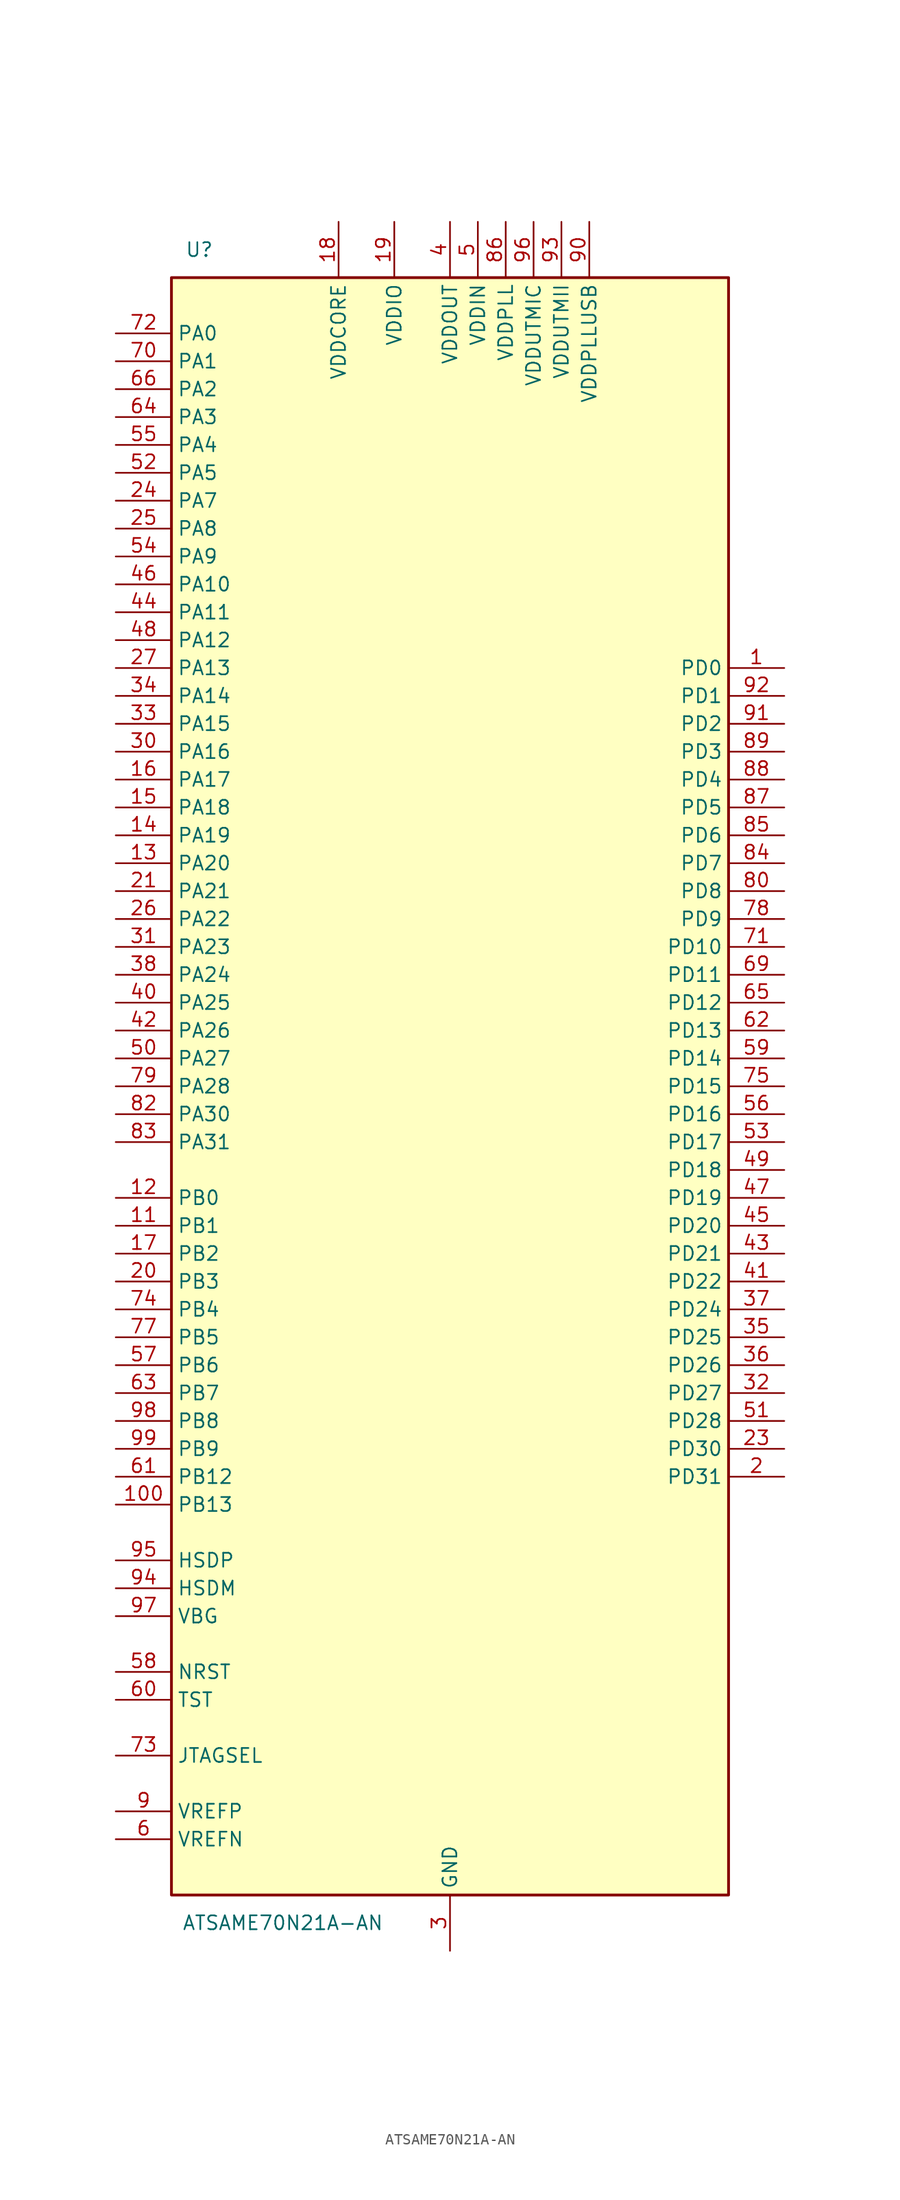
<source format=kicad_sym>
(kicad_symbol_lib
  (version 20220914)
  (generator kicad_symbol_editor)
  (symbol "ATSAME70N21A-AN"
    (property "Reference" "U"
      (at -22.86 76.2 0)
      (effects (font (size 1.27 1.27))))
    (property "Value" "ATSAME70N21A-AN"
      (at -15.24 -76.2 0)
      (effects (font (size 1.27 1.27))))
    (symbol "ATSAME70N21A-AN_0_1"
      (rectangle (start 25.4 73.66) (end -25.4 -73.66) (stroke (width 0.254) (type default)) (fill (type background))))
    (symbol "ATSAME70N21A-AN_1_1"
      (pin bidirectional line (at 30.48 38.1 180) (length 5.08) (name "PD0" (effects (font (size 1.27 1.27)))) (number "1" (effects (font (size 1.27 1.27)))))
      (pin passive line (at 0 -78.74 90) (length 5.08) hide (name "GND" (effects (font (size 1.27 1.27)))) (number "10" (effects (font (size 1.27 1.27)))))
      (pin bidirectional line (at -30.48 -38.1 0) (length 5.08) (name "PB13" (effects (font (size 1.27 1.27)))) (number "100" (effects (font (size 1.27 1.27)))))
      (pin bidirectional line (at -30.48 -12.7 0) (length 5.08) (name "PB1" (effects (font (size 1.27 1.27)))) (number "11" (effects (font (size 1.27 1.27)))))
      (pin bidirectional line (at -30.48 -10.16 0) (length 5.08) (name "PB0" (effects (font (size 1.27 1.27)))) (number "12" (effects (font (size 1.27 1.27)))))
      (pin bidirectional line (at -30.48 20.32 0) (length 5.08) (name "PA20" (effects (font (size 1.27 1.27)))) (number "13" (effects (font (size 1.27 1.27)))))
      (pin bidirectional line (at -30.48 22.86 0) (length 5.08) (name "PA19" (effects (font (size 1.27 1.27)))) (number "14" (effects (font (size 1.27 1.27)))))
      (pin bidirectional line (at -30.48 25.4 0) (length 5.08) (name "PA18" (effects (font (size 1.27 1.27)))) (number "15" (effects (font (size 1.27 1.27)))))
      (pin bidirectional line (at -30.48 27.94 0) (length 5.08) (name "PA17" (effects (font (size 1.27 1.27)))) (number "16" (effects (font (size 1.27 1.27)))))
      (pin bidirectional line (at -30.48 -15.24 0) (length 5.08) (name "PB2" (effects (font (size 1.27 1.27)))) (number "17" (effects (font (size 1.27 1.27)))))
      (pin power_in line (at -10.16 78.74 270) (length 5.08) (name "VDDCORE" (effects (font (size 1.27 1.27)))) (number "18" (effects (font (size 1.27 1.27)))))
      (pin power_in line (at -5.08 78.74 270) (length 5.08) (name "VDDIO" (effects (font (size 1.27 1.27)))) (number "19" (effects (font (size 1.27 1.27)))))
      (pin bidirectional line (at 30.48 -35.56 180) (length 5.08) (name "PD31" (effects (font (size 1.27 1.27)))) (number "2" (effects (font (size 1.27 1.27)))))
      (pin bidirectional line (at -30.48 -17.78 0) (length 5.08) (name "PB3" (effects (font (size 1.27 1.27)))) (number "20" (effects (font (size 1.27 1.27)))))
      (pin bidirectional line (at -30.48 17.78 0) (length 5.08) (name "PA21" (effects (font (size 1.27 1.27)))) (number "21" (effects (font (size 1.27 1.27)))))
      (pin passive line (at -10.16 78.74 270) (length 5.08) hide (name "VDDCORE" (effects (font (size 1.27 1.27)))) (number "22" (effects (font (size 1.27 1.27)))))
      (pin bidirectional line (at 30.48 -33.02 180) (length 5.08) (name "PD30" (effects (font (size 1.27 1.27)))) (number "23" (effects (font (size 1.27 1.27)))))
      (pin bidirectional line (at -30.48 53.34 0) (length 5.08) (name "PA7" (effects (font (size 1.27 1.27)))) (number "24" (effects (font (size 1.27 1.27)))))
      (pin bidirectional line (at -30.48 50.8 0) (length 5.08) (name "PA8" (effects (font (size 1.27 1.27)))) (number "25" (effects (font (size 1.27 1.27)))))
      (pin bidirectional line (at -30.48 15.24 0) (length 5.08) (name "PA22" (effects (font (size 1.27 1.27)))) (number "26" (effects (font (size 1.27 1.27)))))
      (pin bidirectional line (at -30.48 38.1 0) (length 5.08) (name "PA13" (effects (font (size 1.27 1.27)))) (number "27" (effects (font (size 1.27 1.27)))))
      (pin passive line (at -5.08 78.74 270) (length 5.08) hide (name "VDDIO" (effects (font (size 1.27 1.27)))) (number "28" (effects (font (size 1.27 1.27)))))
      (pin passive line (at 0 -78.74 90) (length 5.08) hide (name "GND" (effects (font (size 1.27 1.27)))) (number "29" (effects (font (size 1.27 1.27)))))
      (pin power_in line (at 0 -78.74 90) (length 5.08) (name "GND" (effects (font (size 1.27 1.27)))) (number "3" (effects (font (size 1.27 1.27)))))
      (pin bidirectional line (at -30.48 30.48 0) (length 5.08) (name "PA16" (effects (font (size 1.27 1.27)))) (number "30" (effects (font (size 1.27 1.27)))))
      (pin bidirectional line (at -30.48 12.7 0) (length 5.08) (name "PA23" (effects (font (size 1.27 1.27)))) (number "31" (effects (font (size 1.27 1.27)))))
      (pin bidirectional line (at 30.48 -27.94 180) (length 5.08) (name "PD27" (effects (font (size 1.27 1.27)))) (number "32" (effects (font (size 1.27 1.27)))))
      (pin bidirectional line (at -30.48 33.02 0) (length 5.08) (name "PA15" (effects (font (size 1.27 1.27)))) (number "33" (effects (font (size 1.27 1.27)))))
      (pin bidirectional line (at -30.48 35.56 0) (length 5.08) (name "PA14" (effects (font (size 1.27 1.27)))) (number "34" (effects (font (size 1.27 1.27)))))
      (pin bidirectional line (at 30.48 -22.86 180) (length 5.08) (name "PD25" (effects (font (size 1.27 1.27)))) (number "35" (effects (font (size 1.27 1.27)))))
      (pin bidirectional line (at 30.48 -25.4 180) (length 5.08) (name "PD26" (effects (font (size 1.27 1.27)))) (number "36" (effects (font (size 1.27 1.27)))))
      (pin bidirectional line (at 30.48 -20.32 180) (length 5.08) (name "PD24" (effects (font (size 1.27 1.27)))) (number "37" (effects (font (size 1.27 1.27)))))
      (pin bidirectional line (at -30.48 10.16 0) (length 5.08) (name "PA24" (effects (font (size 1.27 1.27)))) (number "38" (effects (font (size 1.27 1.27)))))
      (pin passive line (at -10.16 78.74 270) (length 5.08) hide (name "VDDCORE" (effects (font (size 1.27 1.27)))) (number "39" (effects (font (size 1.27 1.27)))))
      (pin power_in line (at 0 78.74 270) (length 5.08) (name "VDDOUT" (effects (font (size 1.27 1.27)))) (number "4" (effects (font (size 1.27 1.27)))))
      (pin bidirectional line (at -30.48 7.62 0) (length 5.08) (name "PA25" (effects (font (size 1.27 1.27)))) (number "40" (effects (font (size 1.27 1.27)))))
      (pin bidirectional line (at 30.48 -17.78 180) (length 5.08) (name "PD22" (effects (font (size 1.27 1.27)))) (number "41" (effects (font (size 1.27 1.27)))))
      (pin bidirectional line (at -30.48 5.08 0) (length 5.08) (name "PA26" (effects (font (size 1.27 1.27)))) (number "42" (effects (font (size 1.27 1.27)))))
      (pin bidirectional line (at 30.48 -15.24 180) (length 5.08) (name "PD21" (effects (font (size 1.27 1.27)))) (number "43" (effects (font (size 1.27 1.27)))))
      (pin bidirectional line (at -30.48 43.18 0) (length 5.08) (name "PA11" (effects (font (size 1.27 1.27)))) (number "44" (effects (font (size 1.27 1.27)))))
      (pin bidirectional line (at 30.48 -12.7 180) (length 5.08) (name "PD20" (effects (font (size 1.27 1.27)))) (number "45" (effects (font (size 1.27 1.27)))))
      (pin bidirectional line (at -30.48 45.72 0) (length 5.08) (name "PA10" (effects (font (size 1.27 1.27)))) (number "46" (effects (font (size 1.27 1.27)))))
      (pin bidirectional line (at 30.48 -10.16 180) (length 5.08) (name "PD19" (effects (font (size 1.27 1.27)))) (number "47" (effects (font (size 1.27 1.27)))))
      (pin bidirectional line (at -30.48 40.64 0) (length 5.08) (name "PA12" (effects (font (size 1.27 1.27)))) (number "48" (effects (font (size 1.27 1.27)))))
      (pin bidirectional line (at 30.48 -7.62 180) (length 5.08) (name "PD18" (effects (font (size 1.27 1.27)))) (number "49" (effects (font (size 1.27 1.27)))))
      (pin power_in line (at 2.54 78.74 270) (length 5.08) (name "VDDIN" (effects (font (size 1.27 1.27)))) (number "5" (effects (font (size 1.27 1.27)))))
      (pin bidirectional line (at -30.48 2.54 0) (length 5.08) (name "PA27" (effects (font (size 1.27 1.27)))) (number "50" (effects (font (size 1.27 1.27)))))
      (pin bidirectional line (at 30.48 -30.48 180) (length 5.08) (name "PD28" (effects (font (size 1.27 1.27)))) (number "51" (effects (font (size 1.27 1.27)))))
      (pin bidirectional line (at -30.48 55.88 0) (length 5.08) (name "PA5" (effects (font (size 1.27 1.27)))) (number "52" (effects (font (size 1.27 1.27)))))
      (pin bidirectional line (at 30.48 -5.08 180) (length 5.08) (name "PD17" (effects (font (size 1.27 1.27)))) (number "53" (effects (font (size 1.27 1.27)))))
      (pin bidirectional line (at -30.48 48.26 0) (length 5.08) (name "PA9" (effects (font (size 1.27 1.27)))) (number "54" (effects (font (size 1.27 1.27)))))
      (pin bidirectional line (at -30.48 58.42 0) (length 5.08) (name "PA4" (effects (font (size 1.27 1.27)))) (number "55" (effects (font (size 1.27 1.27)))))
      (pin bidirectional line (at 30.48 -2.54 180) (length 5.08) (name "PD16" (effects (font (size 1.27 1.27)))) (number "56" (effects (font (size 1.27 1.27)))))
      (pin bidirectional line (at -30.48 -25.4 0) (length 5.08) (name "PB6" (effects (font (size 1.27 1.27)))) (number "57" (effects (font (size 1.27 1.27)))))
      (pin bidirectional line (at -30.48 -53.34 0) (length 5.08) (name "NRST" (effects (font (size 1.27 1.27)))) (number "58" (effects (font (size 1.27 1.27)))))
      (pin bidirectional line (at 30.48 2.54 180) (length 5.08) (name "PD14" (effects (font (size 1.27 1.27)))) (number "59" (effects (font (size 1.27 1.27)))))
      (pin input line (at -30.48 -68.58 0) (length 5.08) (name "VREFN" (effects (font (size 1.27 1.27)))) (number "6" (effects (font (size 1.27 1.27)))))
      (pin input line (at -30.48 -55.88 0) (length 5.08) (name "TST" (effects (font (size 1.27 1.27)))) (number "60" (effects (font (size 1.27 1.27)))))
      (pin bidirectional line (at -30.48 -35.56 0) (length 5.08) (name "PB12" (effects (font (size 1.27 1.27)))) (number "61" (effects (font (size 1.27 1.27)))))
      (pin bidirectional line (at 30.48 5.08 180) (length 5.08) (name "PD13" (effects (font (size 1.27 1.27)))) (number "62" (effects (font (size 1.27 1.27)))))
      (pin bidirectional line (at -30.48 -27.94 0) (length 5.08) (name "PB7" (effects (font (size 1.27 1.27)))) (number "63" (effects (font (size 1.27 1.27)))))
      (pin bidirectional line (at -30.48 60.96 0) (length 5.08) (name "PA3" (effects (font (size 1.27 1.27)))) (number "64" (effects (font (size 1.27 1.27)))))
      (pin bidirectional line (at 30.48 7.62 180) (length 5.08) (name "PD12" (effects (font (size 1.27 1.27)))) (number "65" (effects (font (size 1.27 1.27)))))
      (pin bidirectional line (at -30.48 63.5 0) (length 5.08) (name "PA2" (effects (font (size 1.27 1.27)))) (number "66" (effects (font (size 1.27 1.27)))))
      (pin passive line (at 0 -78.74 90) (length 5.08) hide (name "GND" (effects (font (size 1.27 1.27)))) (number "67" (effects (font (size 1.27 1.27)))))
      (pin passive line (at -5.08 78.74 270) (length 5.08) hide (name "VDDIO" (effects (font (size 1.27 1.27)))) (number "68" (effects (font (size 1.27 1.27)))))
      (pin bidirectional line (at 30.48 10.16 180) (length 5.08) (name "PD11" (effects (font (size 1.27 1.27)))) (number "69" (effects (font (size 1.27 1.27)))))
      (pin passive line (at 0 -78.74 90) (length 5.08) hide (name "GND" (effects (font (size 1.27 1.27)))) (number "7" (effects (font (size 1.27 1.27)))))
      (pin bidirectional line (at -30.48 66.04 0) (length 5.08) (name "PA1" (effects (font (size 1.27 1.27)))) (number "70" (effects (font (size 1.27 1.27)))))
      (pin bidirectional line (at 30.48 12.7 180) (length 5.08) (name "PD10" (effects (font (size 1.27 1.27)))) (number "71" (effects (font (size 1.27 1.27)))))
      (pin bidirectional line (at -30.48 68.58 0) (length 5.08) (name "PA0" (effects (font (size 1.27 1.27)))) (number "72" (effects (font (size 1.27 1.27)))))
      (pin input line (at -30.48 -60.96 0) (length 5.08) (name "JTAGSEL" (effects (font (size 1.27 1.27)))) (number "73" (effects (font (size 1.27 1.27)))))
      (pin bidirectional line (at -30.48 -20.32 0) (length 5.08) (name "PB4" (effects (font (size 1.27 1.27)))) (number "74" (effects (font (size 1.27 1.27)))))
      (pin bidirectional line (at 30.48 0 180) (length 5.08) (name "PD15" (effects (font (size 1.27 1.27)))) (number "75" (effects (font (size 1.27 1.27)))))
      (pin passive line (at -10.16 78.74 270) (length 5.08) hide (name "VDDCORE" (effects (font (size 1.27 1.27)))) (number "76" (effects (font (size 1.27 1.27)))))
      (pin bidirectional line (at -30.48 -22.86 0) (length 5.08) (name "PB5" (effects (font (size 1.27 1.27)))) (number "77" (effects (font (size 1.27 1.27)))))
      (pin bidirectional line (at 30.48 15.24 180) (length 5.08) (name "PD9" (effects (font (size 1.27 1.27)))) (number "78" (effects (font (size 1.27 1.27)))))
      (pin bidirectional line (at -30.48 0 0) (length 5.08) (name "PA28" (effects (font (size 1.27 1.27)))) (number "79" (effects (font (size 1.27 1.27)))))
      (pin passive line (at 0 -78.74 90) (length 5.08) hide (name "GND" (effects (font (size 1.27 1.27)))) (number "8" (effects (font (size 1.27 1.27)))))
      (pin bidirectional line (at 30.48 17.78 180) (length 5.08) (name "PD8" (effects (font (size 1.27 1.27)))) (number "80" (effects (font (size 1.27 1.27)))))
      (pin passive line (at -5.08 78.74 270) (length 5.08) hide (name "VDDIO" (effects (font (size 1.27 1.27)))) (number "81" (effects (font (size 1.27 1.27)))))
      (pin bidirectional line (at -30.48 -2.54 0) (length 5.08) (name "PA30" (effects (font (size 1.27 1.27)))) (number "82" (effects (font (size 1.27 1.27)))))
      (pin bidirectional line (at -30.48 -5.08 0) (length 5.08) (name "PA31" (effects (font (size 1.27 1.27)))) (number "83" (effects (font (size 1.27 1.27)))))
      (pin bidirectional line (at 30.48 20.32 180) (length 5.08) (name "PD7" (effects (font (size 1.27 1.27)))) (number "84" (effects (font (size 1.27 1.27)))))
      (pin bidirectional line (at 30.48 22.86 180) (length 5.08) (name "PD6" (effects (font (size 1.27 1.27)))) (number "85" (effects (font (size 1.27 1.27)))))
      (pin power_in line (at 5.08 78.74 270) (length 5.08) (name "VDDPLL" (effects (font (size 1.27 1.27)))) (number "86" (effects (font (size 1.27 1.27)))))
      (pin bidirectional line (at 30.48 25.4 180) (length 5.08) (name "PD5" (effects (font (size 1.27 1.27)))) (number "87" (effects (font (size 1.27 1.27)))))
      (pin bidirectional line (at 30.48 27.94 180) (length 5.08) (name "PD4" (effects (font (size 1.27 1.27)))) (number "88" (effects (font (size 1.27 1.27)))))
      (pin bidirectional line (at 30.48 30.48 180) (length 5.08) (name "PD3" (effects (font (size 1.27 1.27)))) (number "89" (effects (font (size 1.27 1.27)))))
      (pin input line (at -30.48 -66.04 0) (length 5.08) (name "VREFP" (effects (font (size 1.27 1.27)))) (number "9" (effects (font (size 1.27 1.27)))))
      (pin power_in line (at 12.7 78.74 270) (length 5.08) (name "VDDPLLUSB" (effects (font (size 1.27 1.27)))) (number "90" (effects (font (size 1.27 1.27)))))
      (pin bidirectional line (at 30.48 33.02 180) (length 5.08) (name "PD2" (effects (font (size 1.27 1.27)))) (number "91" (effects (font (size 1.27 1.27)))))
      (pin bidirectional line (at 30.48 35.56 180) (length 5.08) (name "PD1" (effects (font (size 1.27 1.27)))) (number "92" (effects (font (size 1.27 1.27)))))
      (pin power_in line (at 10.16 78.74 270) (length 5.08) (name "VDDUTMII" (effects (font (size 1.27 1.27)))) (number "93" (effects (font (size 1.27 1.27)))))
      (pin bidirectional line (at -30.48 -45.72 0) (length 5.08) (name "HSDM" (effects (font (size 1.27 1.27)))) (number "94" (effects (font (size 1.27 1.27)))))
      (pin bidirectional line (at -30.48 -43.18 0) (length 5.08) (name "HSDP" (effects (font (size 1.27 1.27)))) (number "95" (effects (font (size 1.27 1.27)))))
      (pin power_in line (at 7.62 78.74 270) (length 5.08) (name "VDDUTMIC" (effects (font (size 1.27 1.27)))) (number "96" (effects (font (size 1.27 1.27)))))
      (pin input line (at -30.48 -48.26 0) (length 5.08) (name "VBG" (effects (font (size 1.27 1.27)))) (number "97" (effects (font (size 1.27 1.27)))))
      (pin bidirectional line (at -30.48 -30.48 0) (length 5.08) (name "PB8" (effects (font (size 1.27 1.27)))) (number "98" (effects (font (size 1.27 1.27)))))
      (pin bidirectional line (at -30.48 -33.02 0) (length 5.08) (name "PB9" (effects (font (size 1.27 1.27)))) (number "99" (effects (font (size 1.27 1.27))))))))
</source>
